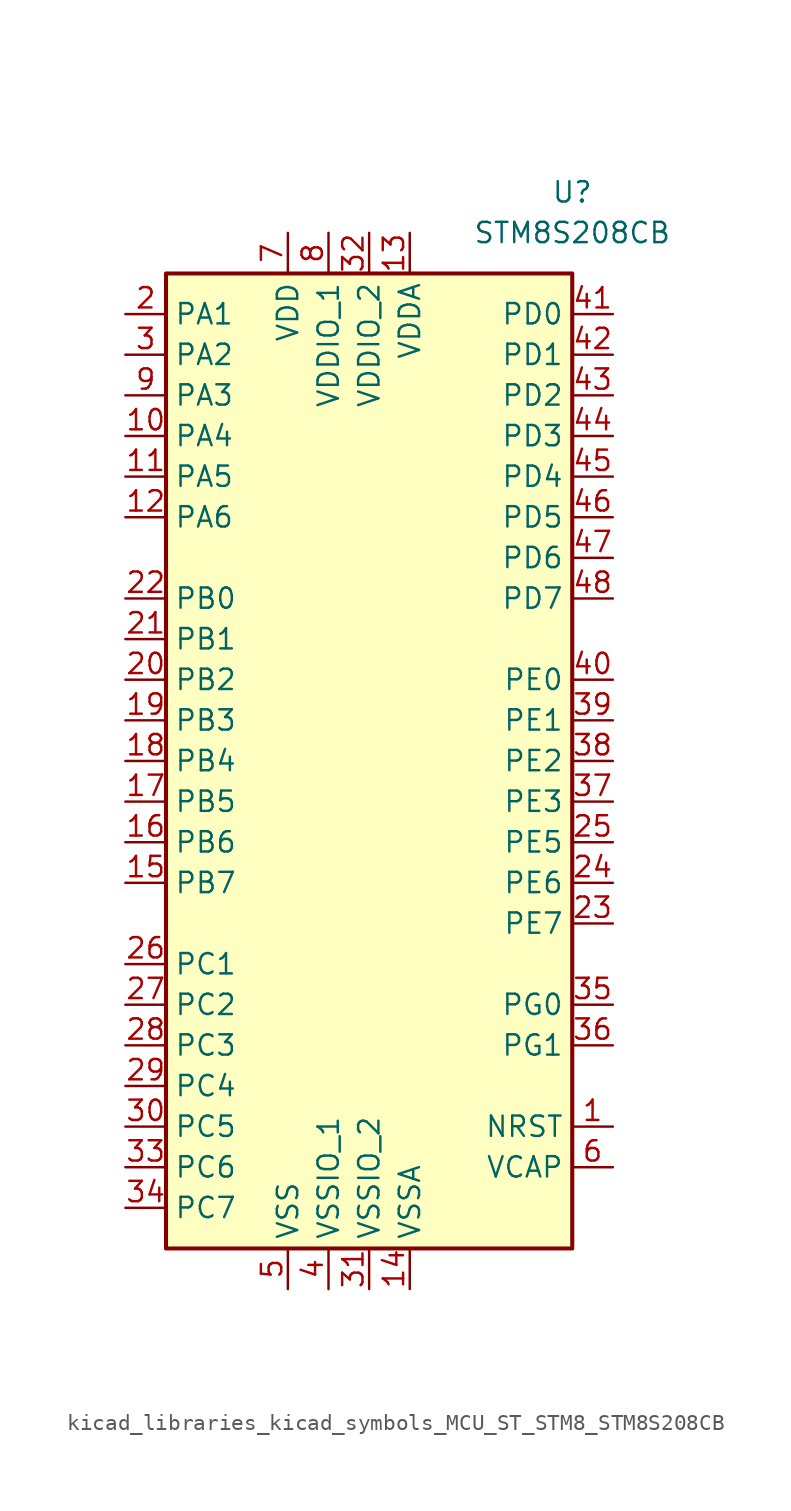
<source format=kicad_sym>
(kicad_symbol_lib
  (version 20220914)
  (generator kicad_symbol_editor)
  (symbol "kicad_libraries_kicad_symbols_MCU_ST_STM8_STM8S208CB"
    (property "Reference" "U"
      (at 12.7 35.56 0)
      (effects (font (size 1.27 1.27))))
    (property "Value" "STM8S208CB"
      (at 12.7 33.02 0)
      (effects (font (size 1.27 1.27))))
    (symbol "kicad_libraries_kicad_symbols_MCU_ST_STM8_STM8S208CB_0_1"
      (rectangle (start -12.7 -30.48) (end 12.7 30.48) (stroke (width 0.254) (type default)) (fill (type background))))
    (symbol "kicad_libraries_kicad_symbols_MCU_ST_STM8_STM8S208CB_1_1"
      (pin input line (at 15.24 -22.86 180) (length 2.54) (name "NRST" (effects (font (size 1.27 1.27)))) (number "1" (effects (font (size 1.27 1.27)))))
      (pin bidirectional line (at -15.24 20.32 0) (length 2.54) (name "PA4" (effects (font (size 1.27 1.27)))) (number "10" (effects (font (size 1.27 1.27)))))
      (pin bidirectional line (at -15.24 17.78 0) (length 2.54) (name "PA5" (effects (font (size 1.27 1.27)))) (number "11" (effects (font (size 1.27 1.27)))))
      (pin bidirectional line (at -15.24 15.24 0) (length 2.54) (name "PA6" (effects (font (size 1.27 1.27)))) (number "12" (effects (font (size 1.27 1.27)))))
      (pin power_in line (at 2.54 33.02 270) (length 2.54) (name "VDDA" (effects (font (size 1.27 1.27)))) (number "13" (effects (font (size 1.27 1.27)))))
      (pin power_in line (at 2.54 -33.02 90) (length 2.54) (name "VSSA" (effects (font (size 1.27 1.27)))) (number "14" (effects (font (size 1.27 1.27)))))
      (pin bidirectional line (at -15.24 -7.62 0) (length 2.54) (name "PB7" (effects (font (size 1.27 1.27)))) (number "15" (effects (font (size 1.27 1.27)))))
      (pin bidirectional line (at -15.24 -5.08 0) (length 2.54) (name "PB6" (effects (font (size 1.27 1.27)))) (number "16" (effects (font (size 1.27 1.27)))))
      (pin bidirectional line (at -15.24 -2.54 0) (length 2.54) (name "PB5" (effects (font (size 1.27 1.27)))) (number "17" (effects (font (size 1.27 1.27)))))
      (pin bidirectional line (at -15.24 0 0) (length 2.54) (name "PB4" (effects (font (size 1.27 1.27)))) (number "18" (effects (font (size 1.27 1.27)))))
      (pin bidirectional line (at -15.24 2.54 0) (length 2.54) (name "PB3" (effects (font (size 1.27 1.27)))) (number "19" (effects (font (size 1.27 1.27)))))
      (pin bidirectional line (at -15.24 27.94 0) (length 2.54) (name "PA1" (effects (font (size 1.27 1.27)))) (number "2" (effects (font (size 1.27 1.27)))))
      (pin bidirectional line (at -15.24 5.08 0) (length 2.54) (name "PB2" (effects (font (size 1.27 1.27)))) (number "20" (effects (font (size 1.27 1.27)))))
      (pin bidirectional line (at -15.24 7.62 0) (length 2.54) (name "PB1" (effects (font (size 1.27 1.27)))) (number "21" (effects (font (size 1.27 1.27)))))
      (pin bidirectional line (at -15.24 10.16 0) (length 2.54) (name "PB0" (effects (font (size 1.27 1.27)))) (number "22" (effects (font (size 1.27 1.27)))))
      (pin bidirectional line (at 15.24 -10.16 180) (length 2.54) (name "PE7" (effects (font (size 1.27 1.27)))) (number "23" (effects (font (size 1.27 1.27)))))
      (pin bidirectional line (at 15.24 -7.62 180) (length 2.54) (name "PE6" (effects (font (size 1.27 1.27)))) (number "24" (effects (font (size 1.27 1.27)))))
      (pin bidirectional line (at 15.24 -5.08 180) (length 2.54) (name "PE5" (effects (font (size 1.27 1.27)))) (number "25" (effects (font (size 1.27 1.27)))))
      (pin bidirectional line (at -15.24 -12.7 0) (length 2.54) (name "PC1" (effects (font (size 1.27 1.27)))) (number "26" (effects (font (size 1.27 1.27)))))
      (pin bidirectional line (at -15.24 -15.24 0) (length 2.54) (name "PC2" (effects (font (size 1.27 1.27)))) (number "27" (effects (font (size 1.27 1.27)))))
      (pin bidirectional line (at -15.24 -17.78 0) (length 2.54) (name "PC3" (effects (font (size 1.27 1.27)))) (number "28" (effects (font (size 1.27 1.27)))))
      (pin bidirectional line (at -15.24 -20.32 0) (length 2.54) (name "PC4" (effects (font (size 1.27 1.27)))) (number "29" (effects (font (size 1.27 1.27)))))
      (pin bidirectional line (at -15.24 25.4 0) (length 2.54) (name "PA2" (effects (font (size 1.27 1.27)))) (number "3" (effects (font (size 1.27 1.27)))))
      (pin bidirectional line (at -15.24 -22.86 0) (length 2.54) (name "PC5" (effects (font (size 1.27 1.27)))) (number "30" (effects (font (size 1.27 1.27)))))
      (pin power_in line (at 0 -33.02 90) (length 2.54) (name "VSSIO_2" (effects (font (size 1.27 1.27)))) (number "31" (effects (font (size 1.27 1.27)))))
      (pin power_in line (at 0 33.02 270) (length 2.54) (name "VDDIO_2" (effects (font (size 1.27 1.27)))) (number "32" (effects (font (size 1.27 1.27)))))
      (pin bidirectional line (at -15.24 -25.4 0) (length 2.54) (name "PC6" (effects (font (size 1.27 1.27)))) (number "33" (effects (font (size 1.27 1.27)))))
      (pin bidirectional line (at -15.24 -27.94 0) (length 2.54) (name "PC7" (effects (font (size 1.27 1.27)))) (number "34" (effects (font (size 1.27 1.27)))))
      (pin bidirectional line (at 15.24 -15.24 180) (length 2.54) (name "PG0" (effects (font (size 1.27 1.27)))) (number "35" (effects (font (size 1.27 1.27)))))
      (pin bidirectional line (at 15.24 -17.78 180) (length 2.54) (name "PG1" (effects (font (size 1.27 1.27)))) (number "36" (effects (font (size 1.27 1.27)))))
      (pin bidirectional line (at 15.24 -2.54 180) (length 2.54) (name "PE3" (effects (font (size 1.27 1.27)))) (number "37" (effects (font (size 1.27 1.27)))))
      (pin bidirectional line (at 15.24 0 180) (length 2.54) (name "PE2" (effects (font (size 1.27 1.27)))) (number "38" (effects (font (size 1.27 1.27)))))
      (pin bidirectional line (at 15.24 2.54 180) (length 2.54) (name "PE1" (effects (font (size 1.27 1.27)))) (number "39" (effects (font (size 1.27 1.27)))))
      (pin power_in line (at -2.54 -33.02 90) (length 2.54) (name "VSSIO_1" (effects (font (size 1.27 1.27)))) (number "4" (effects (font (size 1.27 1.27)))))
      (pin bidirectional line (at 15.24 5.08 180) (length 2.54) (name "PE0" (effects (font (size 1.27 1.27)))) (number "40" (effects (font (size 1.27 1.27)))))
      (pin bidirectional line (at 15.24 27.94 180) (length 2.54) (name "PD0" (effects (font (size 1.27 1.27)))) (number "41" (effects (font (size 1.27 1.27)))))
      (pin bidirectional line (at 15.24 25.4 180) (length 2.54) (name "PD1" (effects (font (size 1.27 1.27)))) (number "42" (effects (font (size 1.27 1.27)))))
      (pin bidirectional line (at 15.24 22.86 180) (length 2.54) (name "PD2" (effects (font (size 1.27 1.27)))) (number "43" (effects (font (size 1.27 1.27)))))
      (pin bidirectional line (at 15.24 20.32 180) (length 2.54) (name "PD3" (effects (font (size 1.27 1.27)))) (number "44" (effects (font (size 1.27 1.27)))))
      (pin bidirectional line (at 15.24 17.78 180) (length 2.54) (name "PD4" (effects (font (size 1.27 1.27)))) (number "45" (effects (font (size 1.27 1.27)))))
      (pin bidirectional line (at 15.24 15.24 180) (length 2.54) (name "PD5" (effects (font (size 1.27 1.27)))) (number "46" (effects (font (size 1.27 1.27)))))
      (pin bidirectional line (at 15.24 12.7 180) (length 2.54) (name "PD6" (effects (font (size 1.27 1.27)))) (number "47" (effects (font (size 1.27 1.27)))))
      (pin bidirectional line (at 15.24 10.16 180) (length 2.54) (name "PD7" (effects (font (size 1.27 1.27)))) (number "48" (effects (font (size 1.27 1.27)))))
      (pin power_in line (at -5.08 -33.02 90) (length 2.54) (name "VSS" (effects (font (size 1.27 1.27)))) (number "5" (effects (font (size 1.27 1.27)))))
      (pin input line (at 15.24 -25.4 180) (length 2.54) (name "VCAP" (effects (font (size 1.27 1.27)))) (number "6" (effects (font (size 1.27 1.27)))))
      (pin power_in line (at -5.08 33.02 270) (length 2.54) (name "VDD" (effects (font (size 1.27 1.27)))) (number "7" (effects (font (size 1.27 1.27)))))
      (pin power_in line (at -2.54 33.02 270) (length 2.54) (name "VDDIO_1" (effects (font (size 1.27 1.27)))) (number "8" (effects (font (size 1.27 1.27)))))
      (pin bidirectional line (at -15.24 22.86 0) (length 2.54) (name "PA3" (effects (font (size 1.27 1.27)))) (number "9" (effects (font (size 1.27 1.27))))))))
</source>
